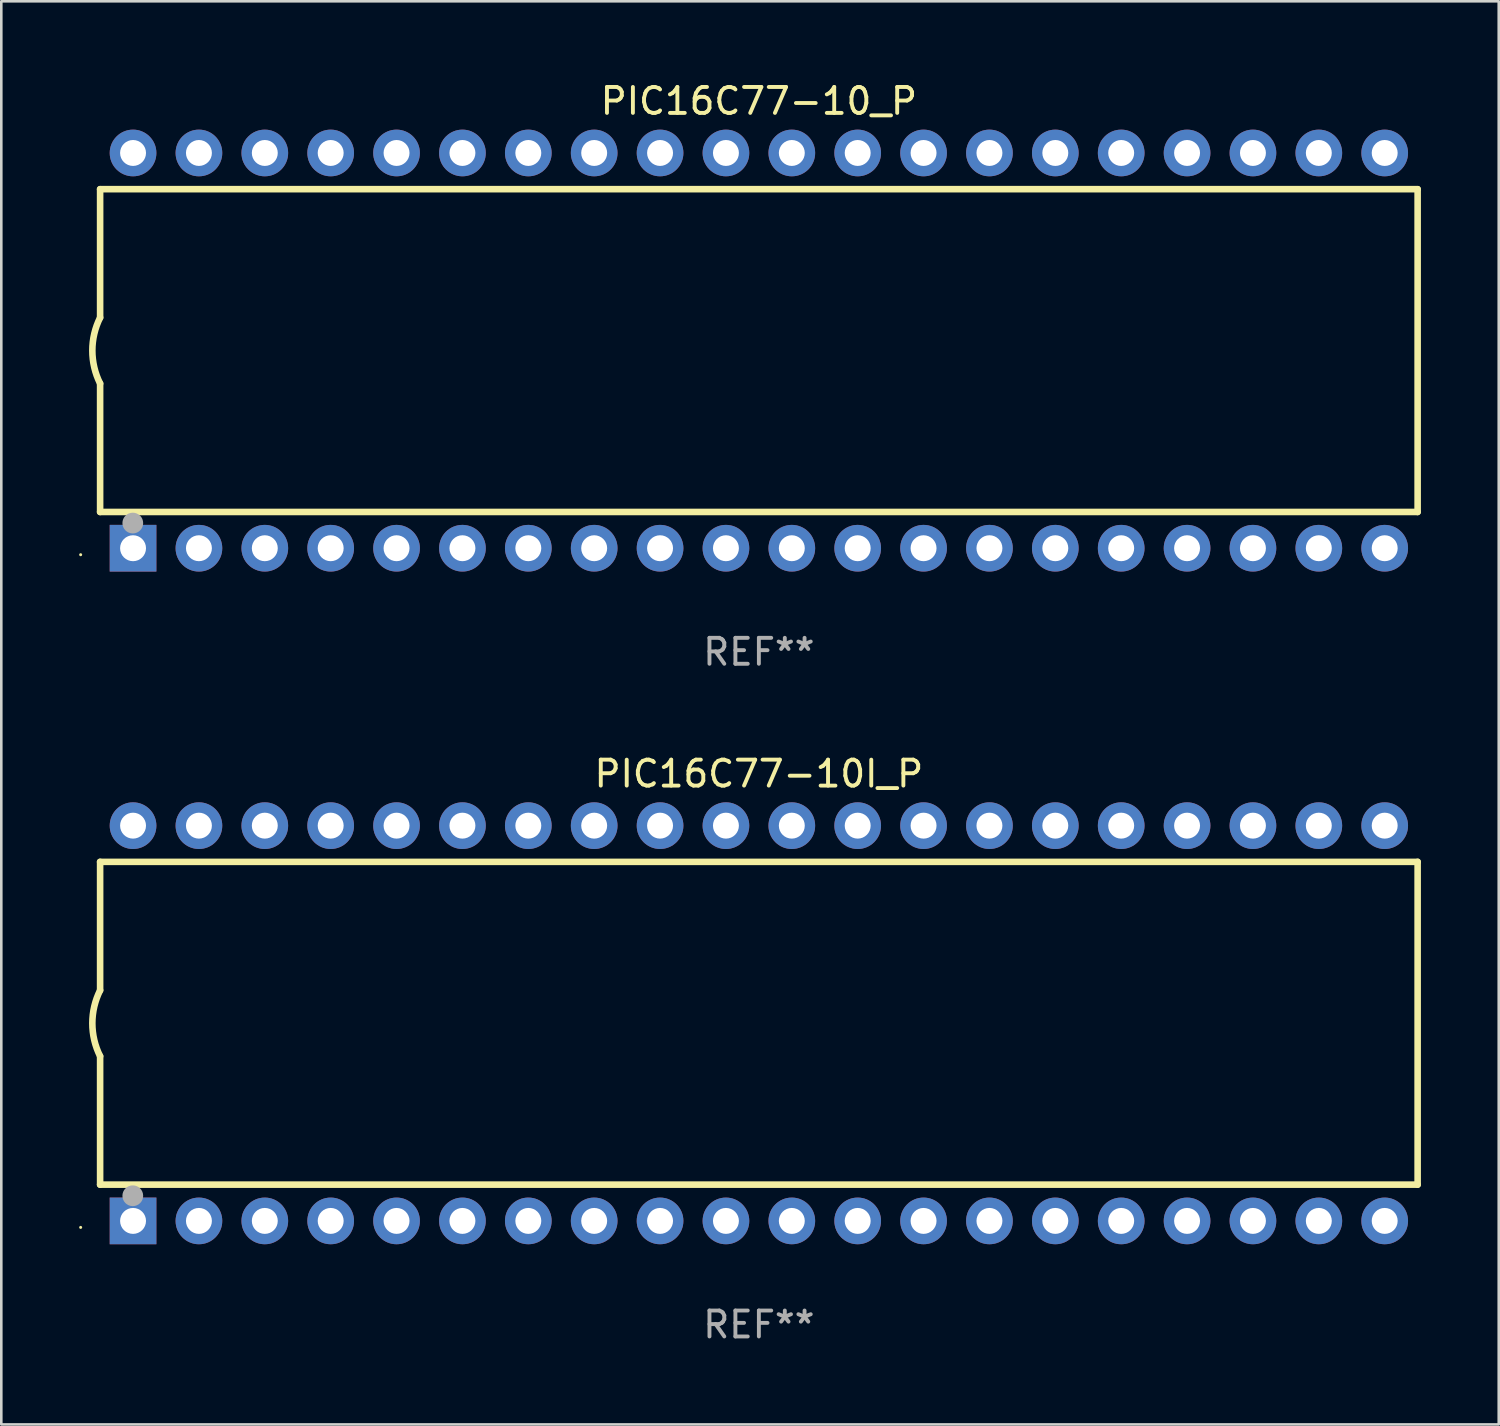
<source format=kicad_pcb>
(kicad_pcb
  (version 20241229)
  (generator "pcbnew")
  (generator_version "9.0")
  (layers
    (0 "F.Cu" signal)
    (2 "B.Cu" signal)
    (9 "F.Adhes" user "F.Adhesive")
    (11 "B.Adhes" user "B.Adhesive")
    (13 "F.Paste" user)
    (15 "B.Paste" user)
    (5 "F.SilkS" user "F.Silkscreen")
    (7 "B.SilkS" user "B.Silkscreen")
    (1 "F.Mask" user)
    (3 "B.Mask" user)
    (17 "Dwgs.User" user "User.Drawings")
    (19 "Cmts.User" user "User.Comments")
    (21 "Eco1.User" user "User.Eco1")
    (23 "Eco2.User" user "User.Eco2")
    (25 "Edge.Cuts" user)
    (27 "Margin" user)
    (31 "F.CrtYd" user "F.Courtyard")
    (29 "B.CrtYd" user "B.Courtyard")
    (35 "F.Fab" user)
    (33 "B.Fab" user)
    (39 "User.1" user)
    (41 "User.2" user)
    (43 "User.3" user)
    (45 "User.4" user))
  (footprint "PIC16C77-10I_P"
    (layer "F.Cu")
    (at 26.21 36.405)
    (property "Reference" "PIC16C77-10I_P" (at 0 -9.62 0) (layer "F.SilkS") (effects (font (size 1 1) (thickness 0.15))))
    (attr through_hole)
    (fp_line (start -25.4 -6.224) (end -25.4 -1.271) (stroke (width 0.254) (type solid)) (layer "F.SilkS"))
    (fp_line (start -25.4 -6.224) (end 25.4 -6.224) (stroke (width 0.254) (type solid)) (layer "F.SilkS"))
    (fp_line (start -25.4 1.269) (end -25.4 6.222) (stroke (width 0.254) (type solid)) (layer "F.SilkS"))
    (fp_line (start -25.4 6.222) (end 25.4 6.222) (stroke (width 0.254) (type solid)) (layer "F.SilkS"))
    (fp_line (start 25.4 6.222) (end 25.4 -6.224) (stroke (width 0.254) (type solid)) (layer "F.SilkS"))
    (fp_arc (start -25.4 1.269241) (mid -25.699807 -0.000762) (end -25.4 -1.270765) (stroke (width 0.254001) (type solid)) (layer "F.SilkS"))
    (fp_circle (center -26.15 7.87) (end -26.12 7.87) (stroke (width 0.06) (type solid)) (fill no) (layer "F.SilkS"))
    (fp_circle (center -24.14 6.65) (end -23.94 6.65) (stroke (width 0.4) (type solid)) (fill no) (layer "F.Fab"))
    (fp_text user "REF**" (at 0 11.62 0) (layer "F.Fab") (effects (font (size 1 1) (thickness 0.15))))
    (pad "1" thru_hole rect (at -24.13 7.62 90) (size 1.8 1.8) (drill 1) (layers "*.Cu" "*.Mask"))
    (pad "2" thru_hole circle (at -21.59 7.62) (size 1.8 1.8) (drill 1) (layers "*.Cu" "*.Mask"))
    (pad "3" thru_hole circle (at -19.05 7.62) (size 1.8 1.8) (drill 1) (layers "*.Cu" "*.Mask"))
    (pad "4" thru_hole circle (at -16.51 7.62) (size 1.8 1.8) (drill 1) (layers "*.Cu" "*.Mask"))
    (pad "5" thru_hole circle (at -13.97 7.62) (size 1.8 1.8) (drill 1) (layers "*.Cu" "*.Mask"))
    (pad "6" thru_hole circle (at -11.43 7.62) (size 1.8 1.8) (drill 1) (layers "*.Cu" "*.Mask"))
    (pad "7" thru_hole circle (at -8.89 7.62) (size 1.8 1.8) (drill 1) (layers "*.Cu" "*.Mask"))
    (pad "8" thru_hole circle (at -6.35 7.62) (size 1.8 1.8) (drill 1) (layers "*.Cu" "*.Mask"))
    (pad "9" thru_hole circle (at -3.81 7.62) (size 1.8 1.8) (drill 1) (layers "*.Cu" "*.Mask"))
    (pad "10" thru_hole circle (at -1.27 7.62) (size 1.8 1.8) (drill 1) (layers "*.Cu" "*.Mask"))
    (pad "11" thru_hole circle (at 1.27 7.62) (size 1.8 1.8) (drill 1) (layers "*.Cu" "*.Mask"))
    (pad "12" thru_hole circle (at 3.81 7.62) (size 1.8 1.8) (drill 1) (layers "*.Cu" "*.Mask"))
    (pad "13" thru_hole circle (at 6.35 7.62) (size 1.8 1.8) (drill 1) (layers "*.Cu" "*.Mask"))
    (pad "14" thru_hole circle (at 8.89 7.62) (size 1.8 1.8) (drill 1) (layers "*.Cu" "*.Mask"))
    (pad "15" thru_hole circle (at 11.43 7.62) (size 1.8 1.8) (drill 1) (layers "*.Cu" "*.Mask"))
    (pad "16" thru_hole circle (at 13.97 7.62) (size 1.8 1.8) (drill 1) (layers "*.Cu" "*.Mask"))
    (pad "17" thru_hole circle (at 16.51 7.62) (size 1.8 1.8) (drill 1) (layers "*.Cu" "*.Mask"))
    (pad "18" thru_hole circle (at 19.05 7.62) (size 1.8 1.8) (drill 1) (layers "*.Cu" "*.Mask"))
    (pad "19" thru_hole circle (at 21.59 7.62) (size 1.8 1.8) (drill 1) (layers "*.Cu" "*.Mask"))
    (pad "20" thru_hole circle (at 24.13 7.62) (size 1.8 1.8) (drill 1) (layers "*.Cu" "*.Mask"))
    (pad "21" thru_hole circle (at 24.13 -7.62) (size 1.8 1.8) (drill 1) (layers "*.Cu" "*.Mask"))
    (pad "22" thru_hole circle (at 21.59 -7.62) (size 1.8 1.8) (drill 1) (layers "*.Cu" "*.Mask"))
    (pad "23" thru_hole circle (at 19.05 -7.62) (size 1.8 1.8) (drill 1) (layers "*.Cu" "*.Mask"))
    (pad "24" thru_hole circle (at 16.51 -7.62) (size 1.8 1.8) (drill 1) (layers "*.Cu" "*.Mask"))
    (pad "25" thru_hole circle (at 13.97 -7.62) (size 1.8 1.8) (drill 1) (layers "*.Cu" "*.Mask"))
    (pad "26" thru_hole circle (at 11.43 -7.62) (size 1.8 1.8) (drill 1) (layers "*.Cu" "*.Mask"))
    (pad "27" thru_hole circle (at 8.89 -7.62) (size 1.8 1.8) (drill 1) (layers "*.Cu" "*.Mask"))
    (pad "28" thru_hole circle (at 6.35 -7.62) (size 1.8 1.8) (drill 1) (layers "*.Cu" "*.Mask"))
    (pad "29" thru_hole circle (at 3.81 -7.62) (size 1.8 1.8) (drill 1) (layers "*.Cu" "*.Mask"))
    (pad "30" thru_hole circle (at 1.27 -7.62) (size 1.8 1.8) (drill 1) (layers "*.Cu" "*.Mask"))
    (pad "31" thru_hole circle (at -1.27 -7.62) (size 1.8 1.8) (drill 1) (layers "*.Cu" "*.Mask"))
    (pad "32" thru_hole circle (at -3.81 -7.62) (size 1.8 1.8) (drill 1) (layers "*.Cu" "*.Mask"))
    (pad "33" thru_hole circle (at -6.35 -7.62) (size 1.8 1.8) (drill 1) (layers "*.Cu" "*.Mask"))
    (pad "34" thru_hole circle (at -8.89 -7.62) (size 1.8 1.8) (drill 1) (layers "*.Cu" "*.Mask"))
    (pad "35" thru_hole circle (at -11.43 -7.62) (size 1.8 1.8) (drill 1) (layers "*.Cu" "*.Mask"))
    (pad "36" thru_hole circle (at -13.97 -7.62) (size 1.8 1.8) (drill 1) (layers "*.Cu" "*.Mask"))
    (pad "37" thru_hole circle (at -16.51 -7.62) (size 1.8 1.8) (drill 1) (layers "*.Cu" "*.Mask"))
    (pad "38" thru_hole circle (at -19.05 -7.62) (size 1.8 1.8) (drill 1) (layers "*.Cu" "*.Mask"))
    (pad "39" thru_hole circle (at -21.59 -7.62) (size 1.8 1.8) (drill 1) (layers "*.Cu" "*.Mask"))
    (pad "40" thru_hole circle (at -24.13 -7.62) (size 1.8 1.8) (drill 1) (layers "*.Cu" "*.Mask")))
  (footprint "PIC16C77-10_P"
    (layer "F.Cu")
    (at 26.21 10.468)
    (property "Reference" "PIC16C77-10_P" (at 0 -9.62 0) (layer "F.SilkS") (effects (font (size 1 1) (thickness 0.15))))
    (attr through_hole)
    (fp_line (start -25.4 -6.224) (end -25.4 -1.271) (stroke (width 0.254) (type solid)) (layer "F.SilkS"))
    (fp_line (start -25.4 -6.224) (end 25.4 -6.224) (stroke (width 0.254) (type solid)) (layer "F.SilkS"))
    (fp_line (start -25.4 1.269) (end -25.4 6.222) (stroke (width 0.254) (type solid)) (layer "F.SilkS"))
    (fp_line (start -25.4 6.222) (end 25.4 6.222) (stroke (width 0.254) (type solid)) (layer "F.SilkS"))
    (fp_line (start 25.4 6.222) (end 25.4 -6.224) (stroke (width 0.254) (type solid)) (layer "F.SilkS"))
    (fp_arc (start -25.4 1.269241) (mid -25.699807 -0.000762) (end -25.4 -1.270765) (stroke (width 0.254001) (type solid)) (layer "F.SilkS"))
    (fp_circle (center -26.15 7.87) (end -26.12 7.87) (stroke (width 0.06) (type solid)) (fill no) (layer "F.SilkS"))
    (fp_circle (center -24.14 6.65) (end -23.94 6.65) (stroke (width 0.4) (type solid)) (fill no) (layer "F.Fab"))
    (fp_text user "REF**" (at 0 11.62 0) (layer "F.Fab") (effects (font (size 1 1) (thickness 0.15))))
    (pad "1" thru_hole rect (at -24.13 7.62 90) (size 1.8 1.8) (drill 1) (layers "*.Cu" "*.Mask"))
    (pad "2" thru_hole circle (at -21.59 7.62) (size 1.8 1.8) (drill 1) (layers "*.Cu" "*.Mask"))
    (pad "3" thru_hole circle (at -19.05 7.62) (size 1.8 1.8) (drill 1) (layers "*.Cu" "*.Mask"))
    (pad "4" thru_hole circle (at -16.51 7.62) (size 1.8 1.8) (drill 1) (layers "*.Cu" "*.Mask"))
    (pad "5" thru_hole circle (at -13.97 7.62) (size 1.8 1.8) (drill 1) (layers "*.Cu" "*.Mask"))
    (pad "6" thru_hole circle (at -11.43 7.62) (size 1.8 1.8) (drill 1) (layers "*.Cu" "*.Mask"))
    (pad "7" thru_hole circle (at -8.89 7.62) (size 1.8 1.8) (drill 1) (layers "*.Cu" "*.Mask"))
    (pad "8" thru_hole circle (at -6.35 7.62) (size 1.8 1.8) (drill 1) (layers "*.Cu" "*.Mask"))
    (pad "9" thru_hole circle (at -3.81 7.62) (size 1.8 1.8) (drill 1) (layers "*.Cu" "*.Mask"))
    (pad "10" thru_hole circle (at -1.27 7.62) (size 1.8 1.8) (drill 1) (layers "*.Cu" "*.Mask"))
    (pad "11" thru_hole circle (at 1.27 7.62) (size 1.8 1.8) (drill 1) (layers "*.Cu" "*.Mask"))
    (pad "12" thru_hole circle (at 3.81 7.62) (size 1.8 1.8) (drill 1) (layers "*.Cu" "*.Mask"))
    (pad "13" thru_hole circle (at 6.35 7.62) (size 1.8 1.8) (drill 1) (layers "*.Cu" "*.Mask"))
    (pad "14" thru_hole circle (at 8.89 7.62) (size 1.8 1.8) (drill 1) (layers "*.Cu" "*.Mask"))
    (pad "15" thru_hole circle (at 11.43 7.62) (size 1.8 1.8) (drill 1) (layers "*.Cu" "*.Mask"))
    (pad "16" thru_hole circle (at 13.97 7.62) (size 1.8 1.8) (drill 1) (layers "*.Cu" "*.Mask"))
    (pad "17" thru_hole circle (at 16.51 7.62) (size 1.8 1.8) (drill 1) (layers "*.Cu" "*.Mask"))
    (pad "18" thru_hole circle (at 19.05 7.62) (size 1.8 1.8) (drill 1) (layers "*.Cu" "*.Mask"))
    (pad "19" thru_hole circle (at 21.59 7.62) (size 1.8 1.8) (drill 1) (layers "*.Cu" "*.Mask"))
    (pad "20" thru_hole circle (at 24.13 7.62) (size 1.8 1.8) (drill 1) (layers "*.Cu" "*.Mask"))
    (pad "21" thru_hole circle (at 24.13 -7.62) (size 1.8 1.8) (drill 1) (layers "*.Cu" "*.Mask"))
    (pad "22" thru_hole circle (at 21.59 -7.62) (size 1.8 1.8) (drill 1) (layers "*.Cu" "*.Mask"))
    (pad "23" thru_hole circle (at 19.05 -7.62) (size 1.8 1.8) (drill 1) (layers "*.Cu" "*.Mask"))
    (pad "24" thru_hole circle (at 16.51 -7.62) (size 1.8 1.8) (drill 1) (layers "*.Cu" "*.Mask"))
    (pad "25" thru_hole circle (at 13.97 -7.62) (size 1.8 1.8) (drill 1) (layers "*.Cu" "*.Mask"))
    (pad "26" thru_hole circle (at 11.43 -7.62) (size 1.8 1.8) (drill 1) (layers "*.Cu" "*.Mask"))
    (pad "27" thru_hole circle (at 8.89 -7.62) (size 1.8 1.8) (drill 1) (layers "*.Cu" "*.Mask"))
    (pad "28" thru_hole circle (at 6.35 -7.62) (size 1.8 1.8) (drill 1) (layers "*.Cu" "*.Mask"))
    (pad "29" thru_hole circle (at 3.81 -7.62) (size 1.8 1.8) (drill 1) (layers "*.Cu" "*.Mask"))
    (pad "30" thru_hole circle (at 1.27 -7.62) (size 1.8 1.8) (drill 1) (layers "*.Cu" "*.Mask"))
    (pad "31" thru_hole circle (at -1.27 -7.62) (size 1.8 1.8) (drill 1) (layers "*.Cu" "*.Mask"))
    (pad "32" thru_hole circle (at -3.81 -7.62) (size 1.8 1.8) (drill 1) (layers "*.Cu" "*.Mask"))
    (pad "33" thru_hole circle (at -6.35 -7.62) (size 1.8 1.8) (drill 1) (layers "*.Cu" "*.Mask"))
    (pad "34" thru_hole circle (at -8.89 -7.62) (size 1.8 1.8) (drill 1) (layers "*.Cu" "*.Mask"))
    (pad "35" thru_hole circle (at -11.43 -7.62) (size 1.8 1.8) (drill 1) (layers "*.Cu" "*.Mask"))
    (pad "36" thru_hole circle (at -13.97 -7.62) (size 1.8 1.8) (drill 1) (layers "*.Cu" "*.Mask"))
    (pad "37" thru_hole circle (at -16.51 -7.62) (size 1.8 1.8) (drill 1) (layers "*.Cu" "*.Mask"))
    (pad "38" thru_hole circle (at -19.05 -7.62) (size 1.8 1.8) (drill 1) (layers "*.Cu" "*.Mask"))
    (pad "39" thru_hole circle (at -21.59 -7.62) (size 1.8 1.8) (drill 1) (layers "*.Cu" "*.Mask"))
    (pad "40" thru_hole circle (at -24.13 -7.62) (size 1.8 1.8) (drill 1) (layers "*.Cu" "*.Mask")))
  (gr_rect
    (start -3 -3)
    (end 54.737 51.873)
    (stroke (width 0.1) (type default))
    (fill no)
    (layer "Edge.Cuts")))
</source>
